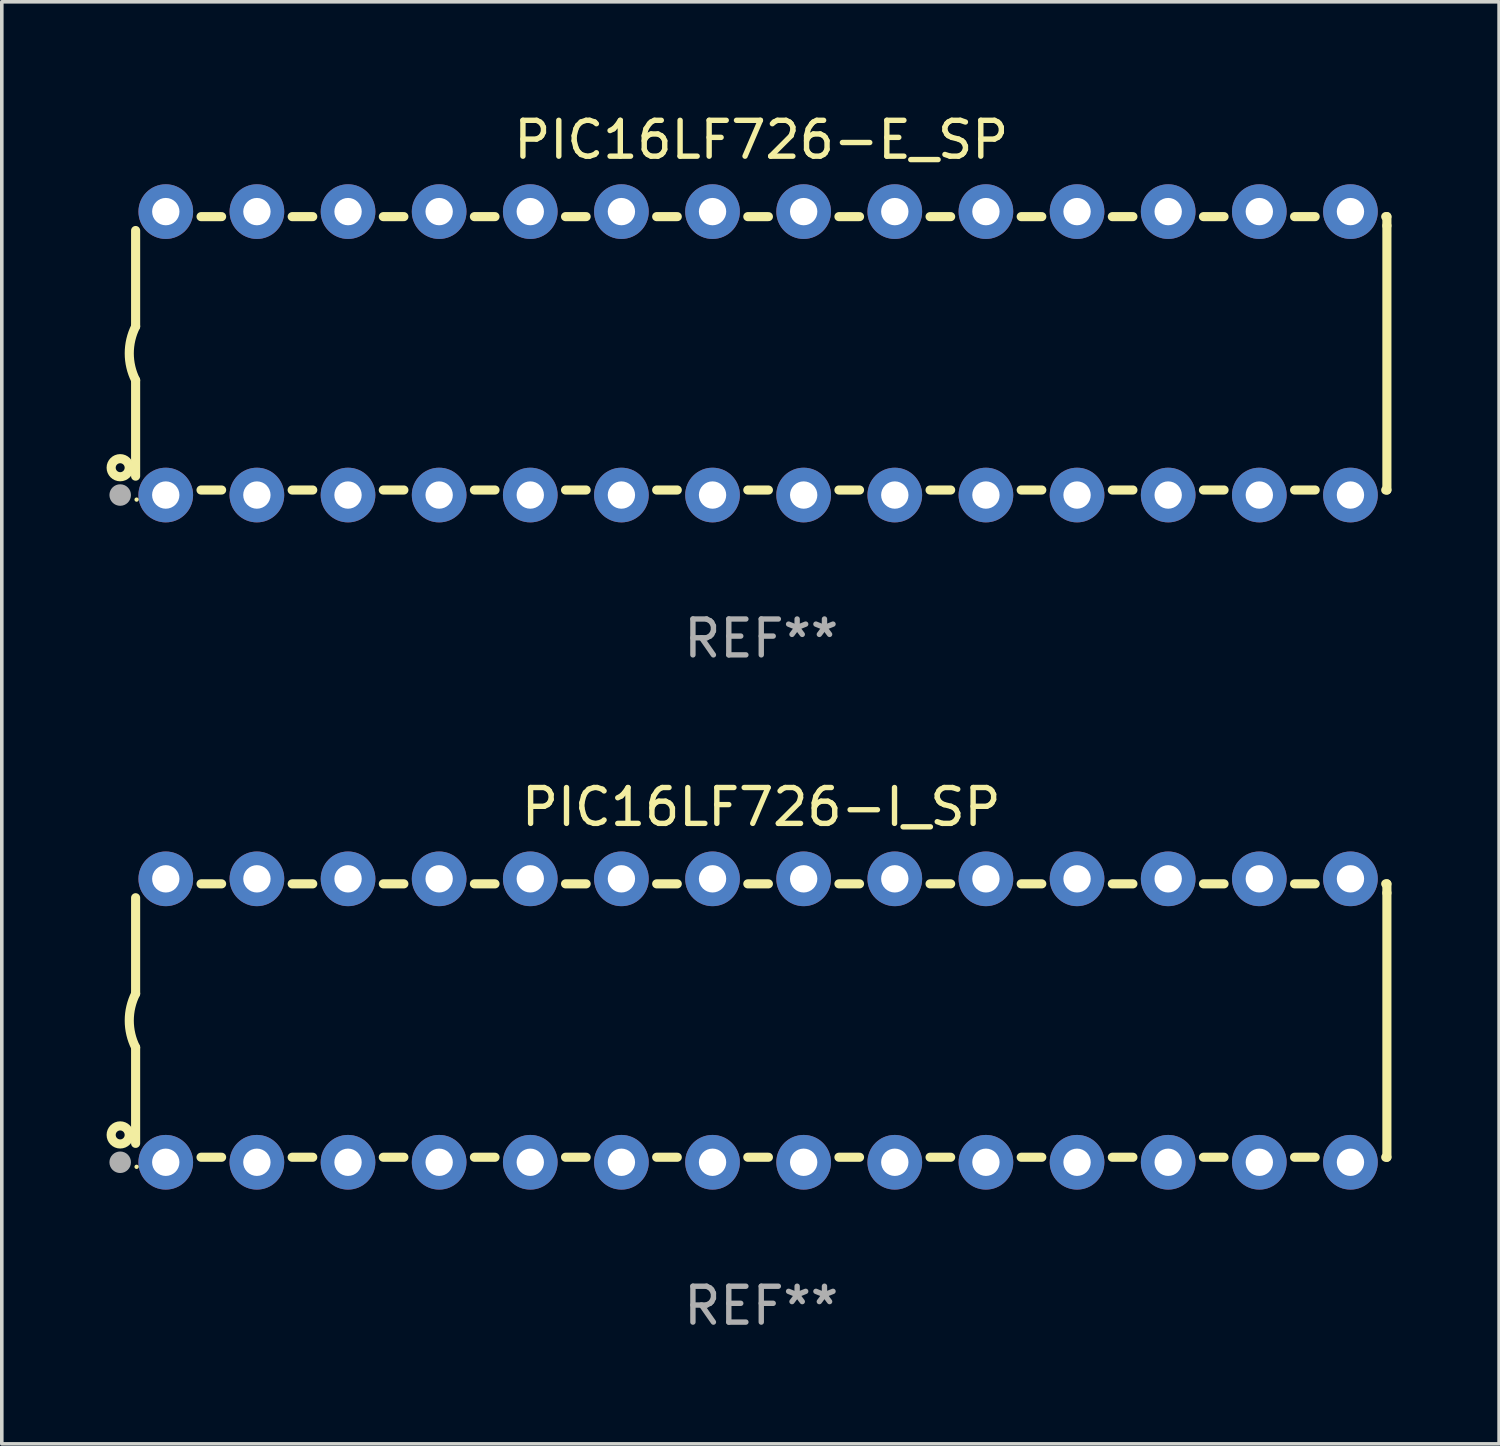
<source format=kicad_pcb>
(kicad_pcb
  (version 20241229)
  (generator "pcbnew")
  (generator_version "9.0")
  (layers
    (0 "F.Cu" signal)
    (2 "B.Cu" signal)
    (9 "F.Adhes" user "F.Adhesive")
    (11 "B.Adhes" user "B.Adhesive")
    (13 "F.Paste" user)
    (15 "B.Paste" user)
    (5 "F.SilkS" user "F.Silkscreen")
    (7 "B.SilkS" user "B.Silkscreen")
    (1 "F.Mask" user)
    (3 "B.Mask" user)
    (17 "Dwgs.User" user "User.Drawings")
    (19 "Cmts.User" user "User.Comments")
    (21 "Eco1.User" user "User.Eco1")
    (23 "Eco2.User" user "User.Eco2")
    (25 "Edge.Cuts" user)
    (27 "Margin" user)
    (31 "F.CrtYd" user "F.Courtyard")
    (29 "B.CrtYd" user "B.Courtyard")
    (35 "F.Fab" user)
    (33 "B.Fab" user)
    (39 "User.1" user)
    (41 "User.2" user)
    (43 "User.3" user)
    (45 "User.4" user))
  (footprint "PIC16LF726-E_SP"
    (layer "F.Cu")
    (at 18.168 6.798)
    (property "Reference" "PIC16LF726-E_SP" (at 0 -5.95 0) (layer "F.SilkS") (effects (font (size 1 1) (thickness 0.15))))
    (attr through_hole)
    (fp_line (start -17.438 0.75) (end -17.438 3.423) (stroke (width 0.254) (type solid)) (layer "F.SilkS"))
    (fp_line (start -17.438 -3.423) (end -17.438 -0.75) (stroke (width 0.254) (type solid)) (layer "F.SilkS"))
    (fp_line (start -15.615 3.81) (end -15.041 3.81) (stroke (width 0.254) (type solid)) (layer "F.SilkS"))
    (fp_line (start -15.041 -3.81) (end -15.614 -3.81) (stroke (width 0.254) (type solid)) (layer "F.SilkS"))
    (fp_line (start -13.075 3.81) (end -12.501 3.81) (stroke (width 0.254) (type solid)) (layer "F.SilkS"))
    (fp_line (start -12.501 -3.81) (end -13.074 -3.81) (stroke (width 0.254) (type solid)) (layer "F.SilkS"))
    (fp_line (start -10.535 3.81) (end -9.961 3.81) (stroke (width 0.254) (type solid)) (layer "F.SilkS"))
    (fp_line (start -9.961 -3.81) (end -10.534 -3.81) (stroke (width 0.254) (type solid)) (layer "F.SilkS"))
    (fp_line (start -7.995 3.81) (end -7.421 3.81) (stroke (width 0.254) (type solid)) (layer "F.SilkS"))
    (fp_line (start -7.421 -3.81) (end -7.995 -3.81) (stroke (width 0.254) (type solid)) (layer "F.SilkS"))
    (fp_line (start -5.455 3.81) (end -4.881 3.81) (stroke (width 0.254) (type solid)) (layer "F.SilkS"))
    (fp_line (start -4.881 -3.81) (end -5.455 -3.81) (stroke (width 0.254) (type solid)) (layer "F.SilkS"))
    (fp_line (start -2.915 3.81) (end -2.341 3.81) (stroke (width 0.254) (type solid)) (layer "F.SilkS"))
    (fp_line (start -2.341 -3.81) (end -2.915 -3.81) (stroke (width 0.254) (type solid)) (layer "F.SilkS"))
    (fp_line (start -0.375 3.81) (end 0.199 3.81) (stroke (width 0.254) (type solid)) (layer "F.SilkS"))
    (fp_line (start 0.199 -3.81) (end -0.375 -3.81) (stroke (width 0.254) (type solid)) (layer "F.SilkS"))
    (fp_line (start 2.165 3.81) (end 2.739 3.81) (stroke (width 0.254) (type solid)) (layer "F.SilkS"))
    (fp_line (start 2.739 -3.81) (end 2.165 -3.81) (stroke (width 0.254) (type solid)) (layer "F.SilkS"))
    (fp_line (start 4.705 3.81) (end 5.279 3.81) (stroke (width 0.254) (type solid)) (layer "F.SilkS"))
    (fp_line (start 5.279 -3.81) (end 4.705 -3.81) (stroke (width 0.254) (type solid)) (layer "F.SilkS"))
    (fp_line (start 7.245 3.81) (end 7.819 3.81) (stroke (width 0.254) (type solid)) (layer "F.SilkS"))
    (fp_line (start 7.819 -3.81) (end 7.245 -3.81) (stroke (width 0.254) (type solid)) (layer "F.SilkS"))
    (fp_line (start 9.785 3.81) (end 10.359 3.81) (stroke (width 0.254) (type solid)) (layer "F.SilkS"))
    (fp_line (start 10.359 -3.81) (end 9.785 -3.81) (stroke (width 0.254) (type solid)) (layer "F.SilkS"))
    (fp_line (start 12.325 3.81) (end 12.899 3.81) (stroke (width 0.254) (type solid)) (layer "F.SilkS"))
    (fp_line (start 12.899 -3.81) (end 12.325 -3.81) (stroke (width 0.254) (type solid)) (layer "F.SilkS"))
    (fp_line (start 14.865 3.81) (end 15.439 3.81) (stroke (width 0.254) (type solid)) (layer "F.SilkS"))
    (fp_line (start 15.439 -3.81) (end 14.865 -3.81) (stroke (width 0.254) (type solid)) (layer "F.SilkS"))
    (fp_line (start 17.405 3.81) (end 17.438 3.81) (stroke (width 0.254) (type solid)) (layer "F.SilkS"))
    (fp_line (start 17.438 -3.81) (end 17.405 -3.81) (stroke (width 0.254) (type solid)) (layer "F.SilkS"))
    (fp_line (start 17.438 -3.556) (end 17.438 -3.81) (stroke (width 0.254) (type solid)) (layer "F.SilkS"))
    (fp_line (start 17.438 3.81) (end 17.438 -3.556) (stroke (width 0.254) (type solid)) (layer "F.SilkS"))
    (fp_arc (start -17.437986 0.749657) (mid -17.614887 -0.000024) (end -17.437783 -0.749657) (stroke (width 0.254001) (type solid)) (layer "F.SilkS"))
    (fp_circle (center -17.868 3.188) (end -17.743 3.188) (stroke (width 0.254) (type solid)) (fill no) (layer "F.SilkS"))
    (fp_circle (center -17.411 4.077) (end -17.381 4.077) (stroke (width 0.06) (type solid)) (fill no) (layer "F.SilkS"))
    (fp_circle (center -17.868 3.95) (end -17.718 3.95) (stroke (width 0.3) (type solid)) (fill no) (layer "F.Fab"))
    (fp_text user "REF**" (at 0 7.95 0) (layer "F.Fab") (effects (font (size 1 1) (thickness 0.15))))
    (pad "1" thru_hole circle (at -16.598 3.95) (size 1.524 1.524) (drill 0.762) (layers "*.Cu" "*.Mask"))
    (pad "2" thru_hole circle (at -14.058 3.95) (size 1.524 1.524) (drill 0.762) (layers "*.Cu" "*.Mask"))
    (pad "3" thru_hole circle (at -11.518 3.95) (size 1.524 1.524) (drill 0.762) (layers "*.Cu" "*.Mask"))
    (pad "4" thru_hole circle (at -8.978 3.95) (size 1.524 1.524) (drill 0.762) (layers "*.Cu" "*.Mask"))
    (pad "5" thru_hole circle (at -6.438 3.95) (size 1.524 1.524) (drill 0.762) (layers "*.Cu" "*.Mask"))
    (pad "6" thru_hole circle (at -3.898 3.95) (size 1.524 1.524) (drill 0.762) (layers "*.Cu" "*.Mask"))
    (pad "7" thru_hole circle (at -1.358 3.95) (size 1.524 1.524) (drill 0.762) (layers "*.Cu" "*.Mask"))
    (pad "8" thru_hole circle (at 1.182 3.95) (size 1.524 1.524) (drill 0.762) (layers "*.Cu" "*.Mask"))
    (pad "9" thru_hole circle (at 3.722 3.95) (size 1.524 1.524) (drill 0.762) (layers "*.Cu" "*.Mask"))
    (pad "10" thru_hole circle (at 6.262 3.95) (size 1.524 1.524) (drill 0.762) (layers "*.Cu" "*.Mask"))
    (pad "11" thru_hole circle (at 8.802 3.95) (size 1.524 1.524) (drill 0.762) (layers "*.Cu" "*.Mask"))
    (pad "12" thru_hole circle (at 11.342 3.95) (size 1.524 1.524) (drill 0.762) (layers "*.Cu" "*.Mask"))
    (pad "13" thru_hole circle (at 13.882 3.95) (size 1.524 1.524) (drill 0.762) (layers "*.Cu" "*.Mask"))
    (pad "14" thru_hole circle (at 16.422 3.95) (size 1.524 1.524) (drill 0.762) (layers "*.Cu" "*.Mask"))
    (pad "15" thru_hole circle (at 16.422 -3.95) (size 1.524 1.524) (drill 0.762) (layers "*.Cu" "*.Mask"))
    (pad "16" thru_hole circle (at 13.882 -3.95) (size 1.524 1.524) (drill 0.762) (layers "*.Cu" "*.Mask"))
    (pad "17" thru_hole circle (at 11.342 -3.95) (size 1.524 1.524) (drill 0.762) (layers "*.Cu" "*.Mask"))
    (pad "18" thru_hole circle (at 8.802 -3.95) (size 1.524 1.524) (drill 0.762) (layers "*.Cu" "*.Mask"))
    (pad "19" thru_hole circle (at 6.262 -3.95) (size 1.524 1.524) (drill 0.762) (layers "*.Cu" "*.Mask"))
    (pad "20" thru_hole circle (at 3.722 -3.95) (size 1.524 1.524) (drill 0.762) (layers "*.Cu" "*.Mask"))
    (pad "21" thru_hole circle (at 1.182 -3.95) (size 1.524 1.524) (drill 0.762) (layers "*.Cu" "*.Mask"))
    (pad "22" thru_hole circle (at -1.358 -3.95) (size 1.524 1.524) (drill 0.762) (layers "*.Cu" "*.Mask"))
    (pad "23" thru_hole circle (at -3.898 -3.95) (size 1.524 1.524) (drill 0.762) (layers "*.Cu" "*.Mask"))
    (pad "24" thru_hole circle (at -6.438 -3.95) (size 1.524 1.524) (drill 0.762) (layers "*.Cu" "*.Mask"))
    (pad "25" thru_hole circle (at -8.978 -3.95) (size 1.524 1.524) (drill 0.762) (layers "*.Cu" "*.Mask"))
    (pad "26" thru_hole circle (at -11.517 -3.95) (size 1.524 1.524) (drill 0.762) (layers "*.Cu" "*.Mask"))
    (pad "27" thru_hole circle (at -14.057 -3.95) (size 1.524 1.524) (drill 0.762) (layers "*.Cu" "*.Mask"))
    (pad "28" thru_hole circle (at -16.597 -3.95) (size 1.524 1.524) (drill 0.762) (layers "*.Cu" "*.Mask")))
  (footprint "PIC16LF726-I_SP"
    (layer "F.Cu")
    (at 18.168 25.395)
    (property "Reference" "PIC16LF726-I_SP" (at 0 -5.95 0) (layer "F.SilkS") (effects (font (size 1 1) (thickness 0.15))))
    (attr through_hole)
    (fp_line (start -17.438 0.75) (end -17.438 3.423) (stroke (width 0.254) (type solid)) (layer "F.SilkS"))
    (fp_line (start -17.438 -3.423) (end -17.438 -0.75) (stroke (width 0.254) (type solid)) (layer "F.SilkS"))
    (fp_line (start -15.615 3.81) (end -15.041 3.81) (stroke (width 0.254) (type solid)) (layer "F.SilkS"))
    (fp_line (start -15.041 -3.81) (end -15.614 -3.81) (stroke (width 0.254) (type solid)) (layer "F.SilkS"))
    (fp_line (start -13.075 3.81) (end -12.501 3.81) (stroke (width 0.254) (type solid)) (layer "F.SilkS"))
    (fp_line (start -12.501 -3.81) (end -13.074 -3.81) (stroke (width 0.254) (type solid)) (layer "F.SilkS"))
    (fp_line (start -10.535 3.81) (end -9.961 3.81) (stroke (width 0.254) (type solid)) (layer "F.SilkS"))
    (fp_line (start -9.961 -3.81) (end -10.534 -3.81) (stroke (width 0.254) (type solid)) (layer "F.SilkS"))
    (fp_line (start -7.995 3.81) (end -7.421 3.81) (stroke (width 0.254) (type solid)) (layer "F.SilkS"))
    (fp_line (start -7.421 -3.81) (end -7.995 -3.81) (stroke (width 0.254) (type solid)) (layer "F.SilkS"))
    (fp_line (start -5.455 3.81) (end -4.881 3.81) (stroke (width 0.254) (type solid)) (layer "F.SilkS"))
    (fp_line (start -4.881 -3.81) (end -5.455 -3.81) (stroke (width 0.254) (type solid)) (layer "F.SilkS"))
    (fp_line (start -2.915 3.81) (end -2.341 3.81) (stroke (width 0.254) (type solid)) (layer "F.SilkS"))
    (fp_line (start -2.341 -3.81) (end -2.915 -3.81) (stroke (width 0.254) (type solid)) (layer "F.SilkS"))
    (fp_line (start -0.375 3.81) (end 0.199 3.81) (stroke (width 0.254) (type solid)) (layer "F.SilkS"))
    (fp_line (start 0.199 -3.81) (end -0.375 -3.81) (stroke (width 0.254) (type solid)) (layer "F.SilkS"))
    (fp_line (start 2.165 3.81) (end 2.739 3.81) (stroke (width 0.254) (type solid)) (layer "F.SilkS"))
    (fp_line (start 2.739 -3.81) (end 2.165 -3.81) (stroke (width 0.254) (type solid)) (layer "F.SilkS"))
    (fp_line (start 4.705 3.81) (end 5.279 3.81) (stroke (width 0.254) (type solid)) (layer "F.SilkS"))
    (fp_line (start 5.279 -3.81) (end 4.705 -3.81) (stroke (width 0.254) (type solid)) (layer "F.SilkS"))
    (fp_line (start 7.245 3.81) (end 7.819 3.81) (stroke (width 0.254) (type solid)) (layer "F.SilkS"))
    (fp_line (start 7.819 -3.81) (end 7.245 -3.81) (stroke (width 0.254) (type solid)) (layer "F.SilkS"))
    (fp_line (start 9.785 3.81) (end 10.359 3.81) (stroke (width 0.254) (type solid)) (layer "F.SilkS"))
    (fp_line (start 10.359 -3.81) (end 9.785 -3.81) (stroke (width 0.254) (type solid)) (layer "F.SilkS"))
    (fp_line (start 12.325 3.81) (end 12.899 3.81) (stroke (width 0.254) (type solid)) (layer "F.SilkS"))
    (fp_line (start 12.899 -3.81) (end 12.325 -3.81) (stroke (width 0.254) (type solid)) (layer "F.SilkS"))
    (fp_line (start 14.865 3.81) (end 15.439 3.81) (stroke (width 0.254) (type solid)) (layer "F.SilkS"))
    (fp_line (start 15.439 -3.81) (end 14.865 -3.81) (stroke (width 0.254) (type solid)) (layer "F.SilkS"))
    (fp_line (start 17.405 3.81) (end 17.438 3.81) (stroke (width 0.254) (type solid)) (layer "F.SilkS"))
    (fp_line (start 17.438 -3.81) (end 17.405 -3.81) (stroke (width 0.254) (type solid)) (layer "F.SilkS"))
    (fp_line (start 17.438 -3.556) (end 17.438 -3.81) (stroke (width 0.254) (type solid)) (layer "F.SilkS"))
    (fp_line (start 17.438 3.81) (end 17.438 -3.556) (stroke (width 0.254) (type solid)) (layer "F.SilkS"))
    (fp_arc (start -17.437986 0.749657) (mid -17.614887 -0.000024) (end -17.437783 -0.749657) (stroke (width 0.254001) (type solid)) (layer "F.SilkS"))
    (fp_circle (center -17.868 3.188) (end -17.743 3.188) (stroke (width 0.254) (type solid)) (fill no) (layer "F.SilkS"))
    (fp_circle (center -17.411 4.077) (end -17.381 4.077) (stroke (width 0.06) (type solid)) (fill no) (layer "F.SilkS"))
    (fp_circle (center -17.868 3.95) (end -17.718 3.95) (stroke (width 0.3) (type solid)) (fill no) (layer "F.Fab"))
    (fp_text user "REF**" (at 0 7.95 0) (layer "F.Fab") (effects (font (size 1 1) (thickness 0.15))))
    (pad "1" thru_hole circle (at -16.598 3.95) (size 1.524 1.524) (drill 0.762) (layers "*.Cu" "*.Mask"))
    (pad "2" thru_hole circle (at -14.058 3.95) (size 1.524 1.524) (drill 0.762) (layers "*.Cu" "*.Mask"))
    (pad "3" thru_hole circle (at -11.518 3.95) (size 1.524 1.524) (drill 0.762) (layers "*.Cu" "*.Mask"))
    (pad "4" thru_hole circle (at -8.978 3.95) (size 1.524 1.524) (drill 0.762) (layers "*.Cu" "*.Mask"))
    (pad "5" thru_hole circle (at -6.438 3.95) (size 1.524 1.524) (drill 0.762) (layers "*.Cu" "*.Mask"))
    (pad "6" thru_hole circle (at -3.898 3.95) (size 1.524 1.524) (drill 0.762) (layers "*.Cu" "*.Mask"))
    (pad "7" thru_hole circle (at -1.358 3.95) (size 1.524 1.524) (drill 0.762) (layers "*.Cu" "*.Mask"))
    (pad "8" thru_hole circle (at 1.182 3.95) (size 1.524 1.524) (drill 0.762) (layers "*.Cu" "*.Mask"))
    (pad "9" thru_hole circle (at 3.722 3.95) (size 1.524 1.524) (drill 0.762) (layers "*.Cu" "*.Mask"))
    (pad "10" thru_hole circle (at 6.262 3.95) (size 1.524 1.524) (drill 0.762) (layers "*.Cu" "*.Mask"))
    (pad "11" thru_hole circle (at 8.802 3.95) (size 1.524 1.524) (drill 0.762) (layers "*.Cu" "*.Mask"))
    (pad "12" thru_hole circle (at 11.342 3.95) (size 1.524 1.524) (drill 0.762) (layers "*.Cu" "*.Mask"))
    (pad "13" thru_hole circle (at 13.882 3.95) (size 1.524 1.524) (drill 0.762) (layers "*.Cu" "*.Mask"))
    (pad "14" thru_hole circle (at 16.422 3.95) (size 1.524 1.524) (drill 0.762) (layers "*.Cu" "*.Mask"))
    (pad "15" thru_hole circle (at 16.422 -3.95) (size 1.524 1.524) (drill 0.762) (layers "*.Cu" "*.Mask"))
    (pad "16" thru_hole circle (at 13.882 -3.95) (size 1.524 1.524) (drill 0.762) (layers "*.Cu" "*.Mask"))
    (pad "17" thru_hole circle (at 11.342 -3.95) (size 1.524 1.524) (drill 0.762) (layers "*.Cu" "*.Mask"))
    (pad "18" thru_hole circle (at 8.802 -3.95) (size 1.524 1.524) (drill 0.762) (layers "*.Cu" "*.Mask"))
    (pad "19" thru_hole circle (at 6.262 -3.95) (size 1.524 1.524) (drill 0.762) (layers "*.Cu" "*.Mask"))
    (pad "20" thru_hole circle (at 3.722 -3.95) (size 1.524 1.524) (drill 0.762) (layers "*.Cu" "*.Mask"))
    (pad "21" thru_hole circle (at 1.182 -3.95) (size 1.524 1.524) (drill 0.762) (layers "*.Cu" "*.Mask"))
    (pad "22" thru_hole circle (at -1.358 -3.95) (size 1.524 1.524) (drill 0.762) (layers "*.Cu" "*.Mask"))
    (pad "23" thru_hole circle (at -3.898 -3.95) (size 1.524 1.524) (drill 0.762) (layers "*.Cu" "*.Mask"))
    (pad "24" thru_hole circle (at -6.438 -3.95) (size 1.524 1.524) (drill 0.762) (layers "*.Cu" "*.Mask"))
    (pad "25" thru_hole circle (at -8.978 -3.95) (size 1.524 1.524) (drill 0.762) (layers "*.Cu" "*.Mask"))
    (pad "26" thru_hole circle (at -11.517 -3.95) (size 1.524 1.524) (drill 0.762) (layers "*.Cu" "*.Mask"))
    (pad "27" thru_hole circle (at -14.057 -3.95) (size 1.524 1.524) (drill 0.762) (layers "*.Cu" "*.Mask"))
    (pad "28" thru_hole circle (at -16.597 -3.95) (size 1.524 1.524) (drill 0.762) (layers "*.Cu" "*.Mask")))
  (gr_rect
    (start -3 -3)
    (end 38.733 37.193)
    (stroke (width 0.1) (type default))
    (fill no)
    (layer "Edge.Cuts")))
</source>
